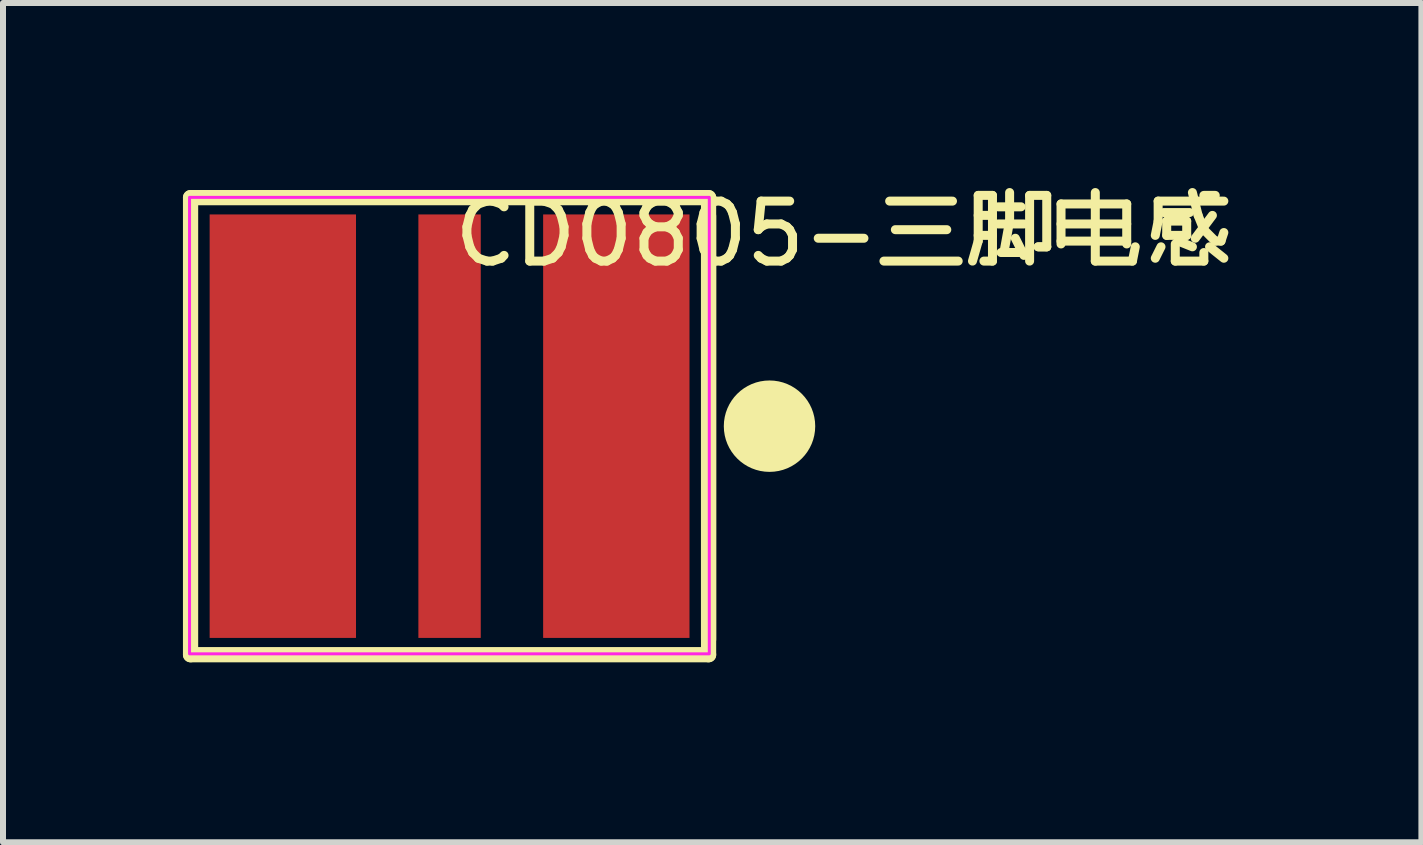
<source format=kicad_pcb>
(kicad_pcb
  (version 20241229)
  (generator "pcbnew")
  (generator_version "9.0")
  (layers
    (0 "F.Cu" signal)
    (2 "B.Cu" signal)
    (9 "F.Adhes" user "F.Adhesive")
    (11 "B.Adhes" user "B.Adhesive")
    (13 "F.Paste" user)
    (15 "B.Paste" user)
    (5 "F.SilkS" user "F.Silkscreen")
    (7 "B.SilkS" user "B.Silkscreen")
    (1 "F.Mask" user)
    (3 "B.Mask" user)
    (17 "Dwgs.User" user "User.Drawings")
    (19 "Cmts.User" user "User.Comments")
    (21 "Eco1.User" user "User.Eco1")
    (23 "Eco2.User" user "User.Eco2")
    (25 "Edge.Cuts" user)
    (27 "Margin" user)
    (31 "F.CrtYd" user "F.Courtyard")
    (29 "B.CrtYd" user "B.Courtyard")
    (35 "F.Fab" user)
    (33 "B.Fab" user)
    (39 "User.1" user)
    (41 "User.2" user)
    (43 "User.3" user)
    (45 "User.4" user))
  (footprint "CD0805-三脚电感"
    (layer "F.Cu")
    (at 4.445 4.055)
    (property "Reference" "CD0805-三脚电感" (at 0 -3.207 0) (layer "F.SilkS") (effects (font (size 1 1) (thickness 0.15)) (justify left)))
    (attr through_hole)
    (fp_line (start -4.318 -3.81) (end -4.318 3.81) (stroke (width 0.254) (type solid)) (layer "F.SilkS"))
    (fp_line (start -4.318 3.81) (end 4.318 3.81) (stroke (width 0.254) (type solid)) (layer "F.SilkS"))
    (fp_line (start 4.318 -3.81) (end -4.318 -3.81) (stroke (width 0.254) (type solid)) (layer "F.SilkS"))
    (fp_line (start 4.318 3.556) (end 4.318 -3.504) (stroke (width 0.254) (type solid)) (layer "F.SilkS"))
    (fp_line (start 4.318 3.81) (end 4.318 -3.81) (stroke (width 0.254) (type solid)) (layer "F.SilkS"))
    (fp_circle (center 5.334 0) (end 5.461 0) (stroke (width 0.254) (type solid)) (fill no) (layer "F.SilkS"))
    (fp_circle (center 5.334 0) (end 5.588 0) (stroke (width 0.254) (type solid)) (fill no) (layer "F.SilkS"))
    (fp_circle (center 5.334 0) (end 5.715 0) (stroke (width 0.254) (type solid)) (fill no) (layer "F.SilkS"))
    (fp_circle (center 5.334 0) (end 5.842 0) (stroke (width 0.254) (type solid)) (fill no) (layer "F.SilkS"))
    (fp_circle (center 5.334 0) (end 5.969 0) (stroke (width 0.254) (type solid)) (fill no) (layer "F.SilkS"))
    (fp_rect (start -4.335 -3.815) (end 4.33 3.795) (stroke (width 0.05) (type default)) (fill no) (layer "F.CrtYd"))
    (pad "1" smd rect (at 0 0) (size 1.04 7.06) (layers "F.Cu" "F.Mask" "F.Paste"))
    (pad "2" smd rect (at -2.78 0) (size 2.44 7.06) (layers "F.Cu" "F.Mask" "F.Paste"))
    (pad "3" smd rect (at 2.78 0 180) (size 2.44 7.06) (layers "F.Cu" "F.Mask" "F.Paste")))
  (gr_rect
    (start -3 -3)
    (end 20.647 10.992)
    (stroke (width 0.1) (type default))
    (fill no)
    (layer "Edge.Cuts")))
</source>
